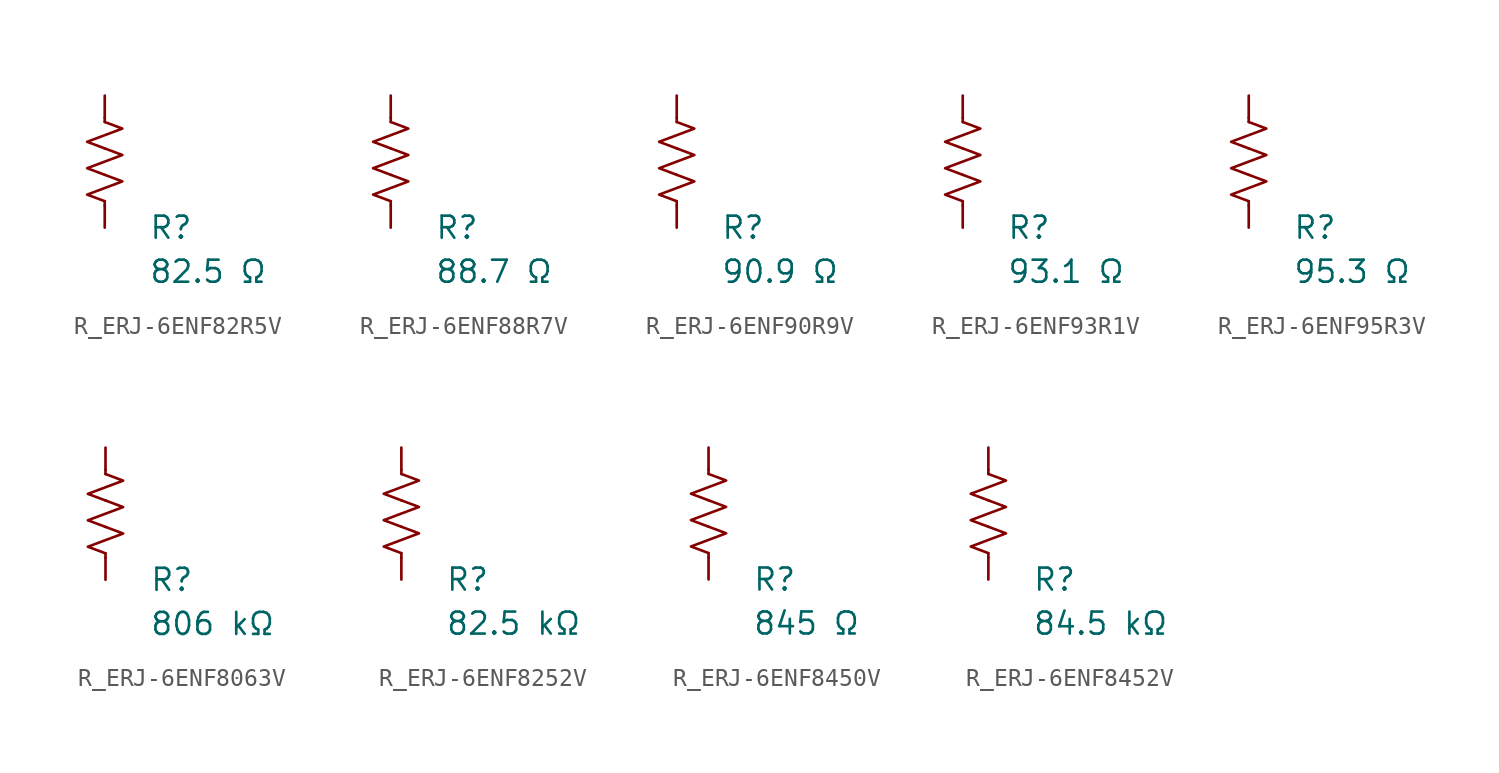
<source format=kicad_sym>
(kicad_symbol_lib
  (version 20231120)
  (generator "kicad_symbol_editor")
  (generator_version "8.0")
  (symbol "R_ERJ-6ENF82R5V"
    (pin_numbers hide)
    (pin_names
      (offset 0))
    (property "Reference" "R"
      (at 2.54 -3.81 0)
      (effects (font (size 1.27 1.27)) (justify left))
      (show_name no))
    (property "Value" "82.5 Ω"
      (at 2.54 -6.35 0)
      (effects (font (size 1.27 1.27)) (justify left))
      (show_name no))
    (symbol "R_ERJ-6ENF82R5V_0_1"
      (polyline (pts (xy 0 -2.286) (xy 0 -2.54)) (stroke (width 0) (type default)) (fill (type none)))
      (polyline (pts (xy 0 2.286) (xy 0 2.54)) (stroke (width 0) (type default)) (fill (type none)))
      (polyline (pts (xy 0 -0.762) (xy 1.016 -1.143) (xy 0 -1.524) (xy -1.016 -1.905) (xy 0 -2.286)) (stroke (width 0) (type default)) (fill (type none)))
      (polyline (pts (xy 0 0.762) (xy 1.016 0.381) (xy 0 0) (xy -1.016 -0.381) (xy 0 -0.762)) (stroke (width 0) (type default)) (fill (type none)))
      (polyline (pts (xy 0 2.286) (xy 1.016 1.905) (xy 0 1.524) (xy -1.016 1.143) (xy 0 0.762)) (stroke (width 0) (type default)) (fill (type none))))
    (symbol "R_ERJ-6ENF82R5V_1_1"
      (pin passive line (at 0 3.81 270) (length 1.27) (name "~" (effects (font (size 1.27 1.27)))) (number "1" (effects (font (size 1.27 1.27)))))
      (pin passive line (at 0 -3.81 90) (length 1.27) (name "~" (effects (font (size 1.27 1.27)))) (number "2" (effects (font (size 1.27 1.27)))))))
  (symbol "R_ERJ-6ENF88R7V"
    (pin_numbers hide)
    (pin_names
      (offset 0))
    (property "Reference" "R"
      (at 2.54 -3.81 0)
      (effects (font (size 1.27 1.27)) (justify left))
      (show_name no))
    (property "Value" "88.7 Ω"
      (at 2.54 -6.35 0)
      (effects (font (size 1.27 1.27)) (justify left))
      (show_name no))
    (symbol "R_ERJ-6ENF88R7V_0_1"
      (polyline (pts (xy 0 -2.286) (xy 0 -2.54)) (stroke (width 0) (type default)) (fill (type none)))
      (polyline (pts (xy 0 2.286) (xy 0 2.54)) (stroke (width 0) (type default)) (fill (type none)))
      (polyline (pts (xy 0 -0.762) (xy 1.016 -1.143) (xy 0 -1.524) (xy -1.016 -1.905) (xy 0 -2.286)) (stroke (width 0) (type default)) (fill (type none)))
      (polyline (pts (xy 0 0.762) (xy 1.016 0.381) (xy 0 0) (xy -1.016 -0.381) (xy 0 -0.762)) (stroke (width 0) (type default)) (fill (type none)))
      (polyline (pts (xy 0 2.286) (xy 1.016 1.905) (xy 0 1.524) (xy -1.016 1.143) (xy 0 0.762)) (stroke (width 0) (type default)) (fill (type none))))
    (symbol "R_ERJ-6ENF88R7V_1_1"
      (pin passive line (at 0 3.81 270) (length 1.27) (name "~" (effects (font (size 1.27 1.27)))) (number "1" (effects (font (size 1.27 1.27)))))
      (pin passive line (at 0 -3.81 90) (length 1.27) (name "~" (effects (font (size 1.27 1.27)))) (number "2" (effects (font (size 1.27 1.27)))))))
  (symbol "R_ERJ-6ENF90R9V"
    (pin_numbers hide)
    (pin_names
      (offset 0))
    (property "Reference" "R"
      (at 2.54 -3.81 0)
      (effects (font (size 1.27 1.27)) (justify left))
      (show_name no))
    (property "Value" "90.9 Ω"
      (at 2.54 -6.35 0)
      (effects (font (size 1.27 1.27)) (justify left))
      (show_name no))
    (symbol "R_ERJ-6ENF90R9V_0_1"
      (polyline (pts (xy 0 -2.286) (xy 0 -2.54)) (stroke (width 0) (type default)) (fill (type none)))
      (polyline (pts (xy 0 2.286) (xy 0 2.54)) (stroke (width 0) (type default)) (fill (type none)))
      (polyline (pts (xy 0 -0.762) (xy 1.016 -1.143) (xy 0 -1.524) (xy -1.016 -1.905) (xy 0 -2.286)) (stroke (width 0) (type default)) (fill (type none)))
      (polyline (pts (xy 0 0.762) (xy 1.016 0.381) (xy 0 0) (xy -1.016 -0.381) (xy 0 -0.762)) (stroke (width 0) (type default)) (fill (type none)))
      (polyline (pts (xy 0 2.286) (xy 1.016 1.905) (xy 0 1.524) (xy -1.016 1.143) (xy 0 0.762)) (stroke (width 0) (type default)) (fill (type none))))
    (symbol "R_ERJ-6ENF90R9V_1_1"
      (pin passive line (at 0 3.81 270) (length 1.27) (name "~" (effects (font (size 1.27 1.27)))) (number "1" (effects (font (size 1.27 1.27)))))
      (pin passive line (at 0 -3.81 90) (length 1.27) (name "~" (effects (font (size 1.27 1.27)))) (number "2" (effects (font (size 1.27 1.27)))))))
  (symbol "R_ERJ-6ENF93R1V"
    (pin_numbers hide)
    (pin_names
      (offset 0))
    (property "Reference" "R"
      (at 2.54 -3.81 0)
      (effects (font (size 1.27 1.27)) (justify left))
      (show_name no))
    (property "Value" "93.1 Ω"
      (at 2.54 -6.35 0)
      (effects (font (size 1.27 1.27)) (justify left))
      (show_name no))
    (symbol "R_ERJ-6ENF93R1V_0_1"
      (polyline (pts (xy 0 -2.286) (xy 0 -2.54)) (stroke (width 0) (type default)) (fill (type none)))
      (polyline (pts (xy 0 2.286) (xy 0 2.54)) (stroke (width 0) (type default)) (fill (type none)))
      (polyline (pts (xy 0 -0.762) (xy 1.016 -1.143) (xy 0 -1.524) (xy -1.016 -1.905) (xy 0 -2.286)) (stroke (width 0) (type default)) (fill (type none)))
      (polyline (pts (xy 0 0.762) (xy 1.016 0.381) (xy 0 0) (xy -1.016 -0.381) (xy 0 -0.762)) (stroke (width 0) (type default)) (fill (type none)))
      (polyline (pts (xy 0 2.286) (xy 1.016 1.905) (xy 0 1.524) (xy -1.016 1.143) (xy 0 0.762)) (stroke (width 0) (type default)) (fill (type none))))
    (symbol "R_ERJ-6ENF93R1V_1_1"
      (pin passive line (at 0 3.81 270) (length 1.27) (name "~" (effects (font (size 1.27 1.27)))) (number "1" (effects (font (size 1.27 1.27)))))
      (pin passive line (at 0 -3.81 90) (length 1.27) (name "~" (effects (font (size 1.27 1.27)))) (number "2" (effects (font (size 1.27 1.27)))))))
  (symbol "R_ERJ-6ENF95R3V"
    (pin_numbers hide)
    (pin_names
      (offset 0))
    (property "Reference" "R"
      (at 2.54 -3.81 0)
      (effects (font (size 1.27 1.27)) (justify left))
      (show_name no))
    (property "Value" "95.3 Ω"
      (at 2.54 -6.35 0)
      (effects (font (size 1.27 1.27)) (justify left))
      (show_name no))
    (symbol "R_ERJ-6ENF95R3V_0_1"
      (polyline (pts (xy 0 -2.286) (xy 0 -2.54)) (stroke (width 0) (type default)) (fill (type none)))
      (polyline (pts (xy 0 2.286) (xy 0 2.54)) (stroke (width 0) (type default)) (fill (type none)))
      (polyline (pts (xy 0 -0.762) (xy 1.016 -1.143) (xy 0 -1.524) (xy -1.016 -1.905) (xy 0 -2.286)) (stroke (width 0) (type default)) (fill (type none)))
      (polyline (pts (xy 0 0.762) (xy 1.016 0.381) (xy 0 0) (xy -1.016 -0.381) (xy 0 -0.762)) (stroke (width 0) (type default)) (fill (type none)))
      (polyline (pts (xy 0 2.286) (xy 1.016 1.905) (xy 0 1.524) (xy -1.016 1.143) (xy 0 0.762)) (stroke (width 0) (type default)) (fill (type none))))
    (symbol "R_ERJ-6ENF95R3V_1_1"
      (pin passive line (at 0 3.81 270) (length 1.27) (name "~" (effects (font (size 1.27 1.27)))) (number "1" (effects (font (size 1.27 1.27)))))
      (pin passive line (at 0 -3.81 90) (length 1.27) (name "~" (effects (font (size 1.27 1.27)))) (number "2" (effects (font (size 1.27 1.27)))))))
  (symbol "R_ERJ-6ENF8063V"
    (pin_numbers hide)
    (pin_names
      (offset 0))
    (property "Reference" "R"
      (at 2.54 -3.81 0)
      (effects (font (size 1.27 1.27)) (justify left))
      (show_name no))
    (property "Value" "806 kΩ"
      (at 2.54 -6.35 0)
      (effects (font (size 1.27 1.27)) (justify left))
      (show_name no))
    (symbol "R_ERJ-6ENF8063V_0_1"
      (polyline (pts (xy 0 -2.286) (xy 0 -2.54)) (stroke (width 0) (type default)) (fill (type none)))
      (polyline (pts (xy 0 2.286) (xy 0 2.54)) (stroke (width 0) (type default)) (fill (type none)))
      (polyline (pts (xy 0 -0.762) (xy 1.016 -1.143) (xy 0 -1.524) (xy -1.016 -1.905) (xy 0 -2.286)) (stroke (width 0) (type default)) (fill (type none)))
      (polyline (pts (xy 0 0.762) (xy 1.016 0.381) (xy 0 0) (xy -1.016 -0.381) (xy 0 -0.762)) (stroke (width 0) (type default)) (fill (type none)))
      (polyline (pts (xy 0 2.286) (xy 1.016 1.905) (xy 0 1.524) (xy -1.016 1.143) (xy 0 0.762)) (stroke (width 0) (type default)) (fill (type none))))
    (symbol "R_ERJ-6ENF8063V_1_1"
      (pin passive line (at 0 3.81 270) (length 1.27) (name "~" (effects (font (size 1.27 1.27)))) (number "1" (effects (font (size 1.27 1.27)))))
      (pin passive line (at 0 -3.81 90) (length 1.27) (name "~" (effects (font (size 1.27 1.27)))) (number "2" (effects (font (size 1.27 1.27)))))))
  (symbol "R_ERJ-6ENF8252V"
    (pin_numbers hide)
    (pin_names
      (offset 0))
    (property "Reference" "R"
      (at 2.54 -3.81 0)
      (effects (font (size 1.27 1.27)) (justify left))
      (show_name no))
    (property "Value" "82.5 kΩ"
      (at 2.54 -6.35 0)
      (effects (font (size 1.27 1.27)) (justify left))
      (show_name no))
    (symbol "R_ERJ-6ENF8252V_0_1"
      (polyline (pts (xy 0 -2.286) (xy 0 -2.54)) (stroke (width 0) (type default)) (fill (type none)))
      (polyline (pts (xy 0 2.286) (xy 0 2.54)) (stroke (width 0) (type default)) (fill (type none)))
      (polyline (pts (xy 0 -0.762) (xy 1.016 -1.143) (xy 0 -1.524) (xy -1.016 -1.905) (xy 0 -2.286)) (stroke (width 0) (type default)) (fill (type none)))
      (polyline (pts (xy 0 0.762) (xy 1.016 0.381) (xy 0 0) (xy -1.016 -0.381) (xy 0 -0.762)) (stroke (width 0) (type default)) (fill (type none)))
      (polyline (pts (xy 0 2.286) (xy 1.016 1.905) (xy 0 1.524) (xy -1.016 1.143) (xy 0 0.762)) (stroke (width 0) (type default)) (fill (type none))))
    (symbol "R_ERJ-6ENF8252V_1_1"
      (pin passive line (at 0 3.81 270) (length 1.27) (name "~" (effects (font (size 1.27 1.27)))) (number "1" (effects (font (size 1.27 1.27)))))
      (pin passive line (at 0 -3.81 90) (length 1.27) (name "~" (effects (font (size 1.27 1.27)))) (number "2" (effects (font (size 1.27 1.27)))))))
  (symbol "R_ERJ-6ENF8450V"
    (pin_numbers hide)
    (pin_names
      (offset 0))
    (property "Reference" "R"
      (at 2.54 -3.81 0)
      (effects (font (size 1.27 1.27)) (justify left))
      (show_name no))
    (property "Value" "845 Ω"
      (at 2.54 -6.35 0)
      (effects (font (size 1.27 1.27)) (justify left))
      (show_name no))
    (symbol "R_ERJ-6ENF8450V_0_1"
      (polyline (pts (xy 0 -2.286) (xy 0 -2.54)) (stroke (width 0) (type default)) (fill (type none)))
      (polyline (pts (xy 0 2.286) (xy 0 2.54)) (stroke (width 0) (type default)) (fill (type none)))
      (polyline (pts (xy 0 -0.762) (xy 1.016 -1.143) (xy 0 -1.524) (xy -1.016 -1.905) (xy 0 -2.286)) (stroke (width 0) (type default)) (fill (type none)))
      (polyline (pts (xy 0 0.762) (xy 1.016 0.381) (xy 0 0) (xy -1.016 -0.381) (xy 0 -0.762)) (stroke (width 0) (type default)) (fill (type none)))
      (polyline (pts (xy 0 2.286) (xy 1.016 1.905) (xy 0 1.524) (xy -1.016 1.143) (xy 0 0.762)) (stroke (width 0) (type default)) (fill (type none))))
    (symbol "R_ERJ-6ENF8450V_1_1"
      (pin passive line (at 0 3.81 270) (length 1.27) (name "~" (effects (font (size 1.27 1.27)))) (number "1" (effects (font (size 1.27 1.27)))))
      (pin passive line (at 0 -3.81 90) (length 1.27) (name "~" (effects (font (size 1.27 1.27)))) (number "2" (effects (font (size 1.27 1.27)))))))
  (symbol "R_ERJ-6ENF8452V"
    (pin_numbers hide)
    (pin_names
      (offset 0))
    (property "Reference" "R"
      (at 2.54 -3.81 0)
      (effects (font (size 1.27 1.27)) (justify left))
      (show_name no))
    (property "Value" "84.5 kΩ"
      (at 2.54 -6.35 0)
      (effects (font (size 1.27 1.27)) (justify left))
      (show_name no))
    (symbol "R_ERJ-6ENF8452V_0_1"
      (polyline (pts (xy 0 -2.286) (xy 0 -2.54)) (stroke (width 0) (type default)) (fill (type none)))
      (polyline (pts (xy 0 2.286) (xy 0 2.54)) (stroke (width 0) (type default)) (fill (type none)))
      (polyline (pts (xy 0 -0.762) (xy 1.016 -1.143) (xy 0 -1.524) (xy -1.016 -1.905) (xy 0 -2.286)) (stroke (width 0) (type default)) (fill (type none)))
      (polyline (pts (xy 0 0.762) (xy 1.016 0.381) (xy 0 0) (xy -1.016 -0.381) (xy 0 -0.762)) (stroke (width 0) (type default)) (fill (type none)))
      (polyline (pts (xy 0 2.286) (xy 1.016 1.905) (xy 0 1.524) (xy -1.016 1.143) (xy 0 0.762)) (stroke (width 0) (type default)) (fill (type none))))
    (symbol "R_ERJ-6ENF8452V_1_1"
      (pin passive line (at 0 3.81 270) (length 1.27) (name "~" (effects (font (size 1.27 1.27)))) (number "1" (effects (font (size 1.27 1.27)))))
      (pin passive line (at 0 -3.81 90) (length 1.27) (name "~" (effects (font (size 1.27 1.27)))) (number "2" (effects (font (size 1.27 1.27))))))))
</source>
